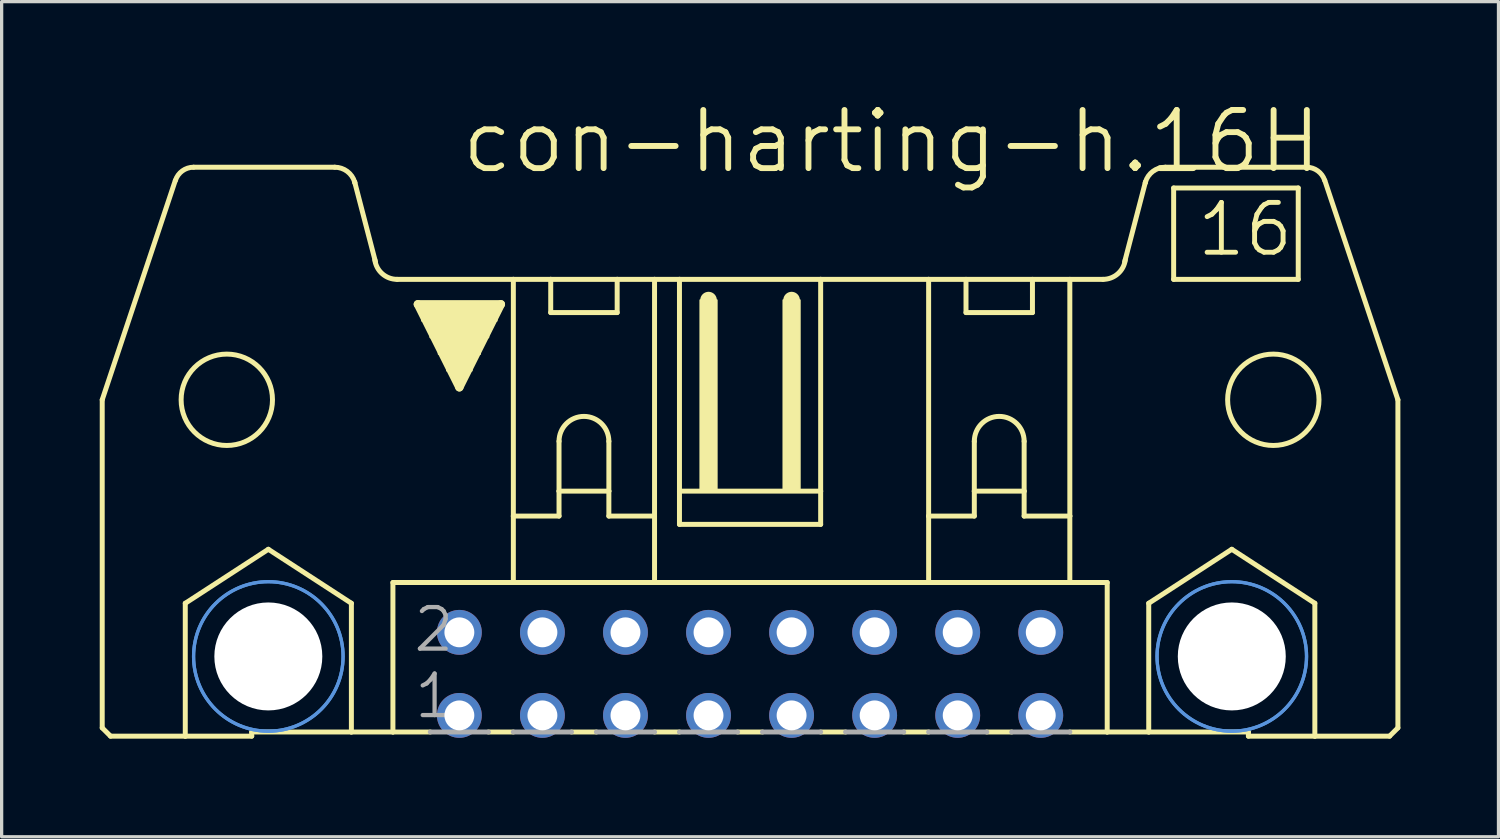
<source format=kicad_pcb>
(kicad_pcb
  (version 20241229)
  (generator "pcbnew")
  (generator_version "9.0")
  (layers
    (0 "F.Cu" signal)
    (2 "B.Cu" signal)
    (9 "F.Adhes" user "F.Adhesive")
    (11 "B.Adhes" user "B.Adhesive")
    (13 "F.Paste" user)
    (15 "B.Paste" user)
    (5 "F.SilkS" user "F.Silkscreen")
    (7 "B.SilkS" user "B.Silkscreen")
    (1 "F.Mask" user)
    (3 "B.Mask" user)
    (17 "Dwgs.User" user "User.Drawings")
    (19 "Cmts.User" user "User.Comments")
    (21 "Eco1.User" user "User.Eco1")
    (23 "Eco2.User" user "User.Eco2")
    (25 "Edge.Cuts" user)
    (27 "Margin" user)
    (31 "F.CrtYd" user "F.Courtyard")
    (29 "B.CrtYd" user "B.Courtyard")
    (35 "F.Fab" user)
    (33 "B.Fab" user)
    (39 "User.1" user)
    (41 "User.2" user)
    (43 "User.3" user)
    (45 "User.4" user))
  (footprint "con-harting-h.16H"
    (layer "F.Cu")
    (at 19.888 17.558)
    (property "Reference" "con-harting-h.16H" (at -8.915 -15.24 0) (layer "F.SilkS") (effects (font (size 1.778 1.778) (thickness 0.18)) (justify left bottom)))
    (attr through_hole)
    (fp_line (start -19.812 1.651) (end -19.812 -8.382) (stroke (width 0.152) (type default)) (layer "F.SilkS"))
    (fp_line (start -19.812 1.651) (end -19.558 1.905) (stroke (width 0.152) (type default)) (layer "F.SilkS"))
    (fp_line (start -19.558 1.905) (end -17.272 1.905) (stroke (width 0.152) (type default)) (layer "F.SilkS"))
    (fp_line (start -17.577 -15.088) (end -19.812 -8.382) (stroke (width 0.152) (type default)) (layer "F.SilkS"))
    (fp_line (start -17.272 -2.159) (end -14.732 -3.81) (stroke (width 0.152) (type default)) (layer "F.SilkS"))
    (fp_line (start -17.272 1.905) (end -17.272 -2.159) (stroke (width 0.152) (type default)) (layer "F.SilkS"))
    (fp_line (start -17.272 1.905) (end -15.24 1.905) (stroke (width 0.152) (type default)) (layer "F.SilkS"))
    (fp_line (start -15.24 1.778) (end -15.24 1.905) (stroke (width 0.152) (type default)) (layer "F.SilkS"))
    (fp_line (start -15.24 1.778) (end -12.192 1.778) (stroke (width 0.152) (type default)) (layer "F.SilkS"))
    (fp_line (start -14.732 -3.81) (end -12.192 -2.159) (stroke (width 0.152) (type default)) (layer "F.SilkS"))
    (fp_line (start -12.7 -15.494) (end -17.018 -15.494) (stroke (width 0.152) (type default)) (layer "F.SilkS"))
    (fp_line (start -12.192 1.778) (end -12.192 -2.159) (stroke (width 0.152) (type default)) (layer "F.SilkS"))
    (fp_line (start -12.192 1.778) (end -10.922 1.778) (stroke (width 0.152) (type default)) (layer "F.SilkS"))
    (fp_line (start -11.455 -12.598) (end -12.09 -15.037) (stroke (width 0.152) (type default)) (layer "F.SilkS"))
    (fp_line (start -10.922 -2.794) (end -10.922 1.778) (stroke (width 0.152) (type default)) (layer "F.SilkS"))
    (fp_line (start -10.922 1.778) (end -9.779 1.778) (stroke (width 0.152) (type default)) (layer "F.SilkS"))
    (fp_line (start -10.795 -12.065) (end -7.239 -12.065) (stroke (width 0.152) (type default)) (layer "F.SilkS"))
    (fp_line (start -10.16 -11.303) (end -7.62 -11.303) (stroke (width 0.254) (type default)) (layer "F.SilkS"))
    (fp_line (start -8.89 -8.763) (end -10.16 -11.303) (stroke (width 0.254) (type default)) (layer "F.SilkS"))
    (fp_line (start -8.001 1.778) (end -7.239 1.778) (stroke (width 0.152) (type default)) (layer "F.SilkS"))
    (fp_line (start -7.62 -11.303) (end -8.89 -8.763) (stroke (width 0.254) (type default)) (layer "F.SilkS"))
    (fp_line (start -7.239 -12.065) (end -6.096 -12.065) (stroke (width 0.152) (type default)) (layer "F.SilkS"))
    (fp_line (start -7.239 -4.826) (end -7.239 -12.065) (stroke (width 0.152) (type default)) (layer "F.SilkS"))
    (fp_line (start -7.239 -4.826) (end -5.842 -4.826) (stroke (width 0.152) (type default)) (layer "F.SilkS"))
    (fp_line (start -7.239 -2.794) (end -10.922 -2.794) (stroke (width 0.152) (type default)) (layer "F.SilkS"))
    (fp_line (start -7.239 -2.794) (end -7.239 -4.826) (stroke (width 0.152) (type default)) (layer "F.SilkS"))
    (fp_line (start -6.096 -12.065) (end -4.064 -12.065) (stroke (width 0.152) (type default)) (layer "F.SilkS"))
    (fp_line (start -6.096 -11.049) (end -6.096 -12.065) (stroke (width 0.152) (type default)) (layer "F.SilkS"))
    (fp_line (start -6.096 -11.049) (end -4.064 -11.049) (stroke (width 0.152) (type default)) (layer "F.SilkS"))
    (fp_line (start -5.842 -7.112) (end -5.842 -5.588) (stroke (width 0.152) (type default)) (layer "F.SilkS"))
    (fp_line (start -5.842 -5.588) (end -5.842 -4.826) (stroke (width 0.152) (type default)) (layer "F.SilkS"))
    (fp_line (start -5.842 -5.588) (end -4.318 -5.588) (stroke (width 0.152) (type default)) (layer "F.SilkS"))
    (fp_line (start -5.461 1.778) (end -4.699 1.778) (stroke (width 0.152) (type default)) (layer "F.SilkS"))
    (fp_line (start -4.318 -7.112) (end -4.318 -5.588) (stroke (width 0.152) (type default)) (layer "F.SilkS"))
    (fp_line (start -4.318 -5.588) (end -4.318 -4.826) (stroke (width 0.152) (type default)) (layer "F.SilkS"))
    (fp_line (start -4.318 -4.826) (end -2.921 -4.826) (stroke (width 0.152) (type default)) (layer "F.SilkS"))
    (fp_line (start -4.064 -12.065) (end -4.064 -11.049) (stroke (width 0.152) (type default)) (layer "F.SilkS"))
    (fp_line (start -4.064 -12.065) (end -2.921 -12.065) (stroke (width 0.152) (type default)) (layer "F.SilkS"))
    (fp_line (start -2.921 -12.065) (end -2.159 -12.065) (stroke (width 0.152) (type default)) (layer "F.SilkS"))
    (fp_line (start -2.921 -4.826) (end -2.921 -12.065) (stroke (width 0.152) (type default)) (layer "F.SilkS"))
    (fp_line (start -2.921 -4.826) (end -2.921 -2.794) (stroke (width 0.152) (type default)) (layer "F.SilkS"))
    (fp_line (start -2.921 -2.794) (end -7.239 -2.794) (stroke (width 0.152) (type default)) (layer "F.SilkS"))
    (fp_line (start -2.921 1.778) (end -2.159 1.778) (stroke (width 0.152) (type default)) (layer "F.SilkS"))
    (fp_line (start -2.159 -12.065) (end -2.159 -5.588) (stroke (width 0.152) (type default)) (layer "F.SilkS"))
    (fp_line (start -2.159 -12.065) (end 2.159 -12.065) (stroke (width 0.152) (type default)) (layer "F.SilkS"))
    (fp_line (start -2.159 -5.588) (end -2.159 -4.572) (stroke (width 0.152) (type default)) (layer "F.SilkS"))
    (fp_line (start -1.27 -11.176) (end -1.27 -11.43) (stroke (width 0.508) (type default)) (layer "F.SilkS"))
    (fp_line (start -0.381 1.778) (end 0.381 1.778) (stroke (width 0.152) (type default)) (layer "F.SilkS"))
    (fp_line (start 1.27 -11.176) (end 1.27 -11.43) (stroke (width 0.508) (type default)) (layer "F.SilkS"))
    (fp_line (start 2.159 -12.065) (end 2.159 -5.588) (stroke (width 0.152) (type default)) (layer "F.SilkS"))
    (fp_line (start 2.159 -12.065) (end 5.461 -12.065) (stroke (width 0.152) (type default)) (layer "F.SilkS"))
    (fp_line (start 2.159 -5.588) (end -2.159 -5.588) (stroke (width 0.152) (type default)) (layer "F.SilkS"))
    (fp_line (start 2.159 -5.588) (end 2.159 -4.572) (stroke (width 0.152) (type default)) (layer "F.SilkS"))
    (fp_line (start 2.159 -4.572) (end -2.159 -4.572) (stroke (width 0.152) (type default)) (layer "F.SilkS"))
    (fp_line (start 2.159 1.778) (end 2.921 1.778) (stroke (width 0.152) (type default)) (layer "F.SilkS"))
    (fp_line (start 4.699 1.778) (end 5.461 1.778) (stroke (width 0.152) (type default)) (layer "F.SilkS"))
    (fp_line (start 5.461 -12.065) (end 10.795 -12.065) (stroke (width 0.152) (type default)) (layer "F.SilkS"))
    (fp_line (start 5.461 -4.826) (end 5.461 -12.065) (stroke (width 0.152) (type default)) (layer "F.SilkS"))
    (fp_line (start 5.461 -4.826) (end 5.461 -2.794) (stroke (width 0.152) (type default)) (layer "F.SilkS"))
    (fp_line (start 5.461 -4.826) (end 6.858 -4.826) (stroke (width 0.152) (type default)) (layer "F.SilkS"))
    (fp_line (start 5.461 -2.794) (end -2.921 -2.794) (stroke (width 0.152) (type default)) (layer "F.SilkS"))
    (fp_line (start 6.604 -11.049) (end 6.604 -12.065) (stroke (width 0.152) (type default)) (layer "F.SilkS"))
    (fp_line (start 6.604 -11.049) (end 8.636 -11.049) (stroke (width 0.152) (type default)) (layer "F.SilkS"))
    (fp_line (start 6.858 -7.112) (end 6.858 -5.588) (stroke (width 0.152) (type default)) (layer "F.SilkS"))
    (fp_line (start 6.858 -5.588) (end 6.858 -4.826) (stroke (width 0.152) (type default)) (layer "F.SilkS"))
    (fp_line (start 6.858 -5.588) (end 8.382 -5.588) (stroke (width 0.152) (type default)) (layer "F.SilkS"))
    (fp_line (start 7.239 1.778) (end 8.001 1.778) (stroke (width 0.152) (type default)) (layer "F.SilkS"))
    (fp_line (start 8.382 -7.112) (end 8.382 -5.588) (stroke (width 0.152) (type default)) (layer "F.SilkS"))
    (fp_line (start 8.382 -5.588) (end 8.382 -4.826) (stroke (width 0.152) (type default)) (layer "F.SilkS"))
    (fp_line (start 8.382 -4.826) (end 9.779 -4.826) (stroke (width 0.152) (type default)) (layer "F.SilkS"))
    (fp_line (start 8.636 -12.065) (end 8.636 -11.049) (stroke (width 0.152) (type default)) (layer "F.SilkS"))
    (fp_line (start 9.779 -4.826) (end 9.779 -12.065) (stroke (width 0.152) (type default)) (layer "F.SilkS"))
    (fp_line (start 9.779 -4.826) (end 9.779 -2.794) (stroke (width 0.152) (type default)) (layer "F.SilkS"))
    (fp_line (start 9.779 -2.794) (end 5.461 -2.794) (stroke (width 0.152) (type default)) (layer "F.SilkS"))
    (fp_line (start 10.922 -2.794) (end 9.779 -2.794) (stroke (width 0.152) (type default)) (layer "F.SilkS"))
    (fp_line (start 10.922 -2.794) (end 10.922 1.778) (stroke (width 0.152) (type default)) (layer "F.SilkS"))
    (fp_line (start 10.922 1.778) (end 9.779 1.778) (stroke (width 0.152) (type default)) (layer "F.SilkS"))
    (fp_line (start 11.455 -12.598) (end 12.09 -15.037) (stroke (width 0.152) (type default)) (layer "F.SilkS"))
    (fp_line (start 12.192 -2.159) (end 14.732 -3.81) (stroke (width 0.152) (type default)) (layer "F.SilkS"))
    (fp_line (start 12.192 1.778) (end 10.922 1.778) (stroke (width 0.152) (type default)) (layer "F.SilkS"))
    (fp_line (start 12.192 1.778) (end 12.192 -2.159) (stroke (width 0.152) (type default)) (layer "F.SilkS"))
    (fp_line (start 12.7 -15.494) (end 17.018 -15.494) (stroke (width 0.152) (type default)) (layer "F.SilkS"))
    (fp_line (start 12.954 -14.859) (end 12.954 -12.065) (stroke (width 0.152) (type default)) (layer "F.SilkS"))
    (fp_line (start 12.954 -12.065) (end 16.764 -12.065) (stroke (width 0.152) (type default)) (layer "F.SilkS"))
    (fp_line (start 14.732 -3.81) (end 17.272 -2.159) (stroke (width 0.152) (type default)) (layer "F.SilkS"))
    (fp_line (start 15.24 1.778) (end 12.192 1.778) (stroke (width 0.152) (type default)) (layer "F.SilkS"))
    (fp_line (start 15.24 1.778) (end 15.24 1.905) (stroke (width 0.152) (type default)) (layer "F.SilkS"))
    (fp_line (start 16.764 -14.859) (end 12.954 -14.859) (stroke (width 0.152) (type default)) (layer "F.SilkS"))
    (fp_line (start 16.764 -14.859) (end 16.764 -12.065) (stroke (width 0.152) (type default)) (layer "F.SilkS"))
    (fp_line (start 17.272 1.905) (end 15.24 1.905) (stroke (width 0.152) (type default)) (layer "F.SilkS"))
    (fp_line (start 17.272 1.905) (end 17.272 -2.159) (stroke (width 0.152) (type default)) (layer "F.SilkS"))
    (fp_line (start 17.577 -15.088) (end 19.812 -8.382) (stroke (width 0.152) (type default)) (layer "F.SilkS"))
    (fp_line (start 19.558 1.905) (end 17.272 1.905) (stroke (width 0.152) (type default)) (layer "F.SilkS"))
    (fp_line (start 19.812 1.651) (end 19.558 1.905) (stroke (width 0.152) (type default)) (layer "F.SilkS"))
    (fp_line (start 19.812 1.651) (end 19.812 -8.382) (stroke (width 0.152) (type default)) (layer "F.SilkS"))
    (fp_rect (start -10.033 -10.795) (end -7.747 -11.303) (stroke (width 0.05) (type default)) (fill yes) (layer "F.SilkS"))
    (fp_rect (start -9.779 -10.287) (end -8.001 -10.795) (stroke (width 0.05) (type default)) (fill yes) (layer "F.SilkS"))
    (fp_rect (start -9.525 -9.779) (end -8.255 -10.287) (stroke (width 0.05) (type default)) (fill yes) (layer "F.SilkS"))
    (fp_rect (start -9.271 -9.271) (end -8.509 -9.779) (stroke (width 0.05) (type default)) (fill yes) (layer "F.SilkS"))
    (fp_rect (start -9.017 -9.017) (end -8.763 -9.271) (stroke (width 0.05) (type default)) (fill yes) (layer "F.SilkS"))
    (fp_rect (start -1.524 -5.588) (end -1.016 -11.43) (stroke (width 0.05) (type default)) (fill yes) (layer "F.SilkS"))
    (fp_rect (start 1.016 -5.588) (end 1.524 -11.43) (stroke (width 0.05) (type default)) (fill yes) (layer "F.SilkS"))
    (fp_arc (start -17.5744 -15.0878) (mid -17.362454 -15.38168) (end -17.018 -15.4941) (stroke (width 0.1524) (type default)) (layer "F.SilkS"))
    (fp_arc (start -12.7 -15.494) (mid -12.319 -15.367) (end -12.0904 -15.0368) (stroke (width 0.1524) (type default)) (layer "F.SilkS"))
    (fp_arc (start -12.0904 -15.0368) (mid -12.087084 -15.024931) (end -12.084 -15.013) (stroke (width 0.1524) (type default)) (layer "F.SilkS"))
    (fp_arc (start -10.795 -12.065) (mid -11.246774 -12.234824) (end -11.4748 -12.6602) (stroke (width 0.1524) (type default)) (layer "F.SilkS"))
    (fp_arc (start -5.842 -7.112) (mid -5.08 -7.874) (end -4.318 -7.112) (stroke (width 0.1524) (type default)) (layer "F.SilkS"))
    (fp_arc (start 6.858 -7.112) (mid 7.62 -7.874) (end 8.382 -7.112) (stroke (width 0.1524) (type default)) (layer "F.SilkS"))
    (fp_arc (start 11.4748 -12.6602) (mid 11.246774 -12.234824) (end 10.795 -12.065) (stroke (width 0.1524) (type default)) (layer "F.SilkS"))
    (fp_arc (start 12.084 -15.013) (mid 12.087084 -15.024931) (end 12.0904 -15.0368) (stroke (width 0.1524) (type default)) (layer "F.SilkS"))
    (fp_arc (start 12.0904 -15.0368) (mid 12.319 -15.367) (end 12.7 -15.494) (stroke (width 0.1524) (type default)) (layer "F.SilkS"))
    (fp_arc (start 17.018 -15.494) (mid 17.362385 -15.38161) (end 17.5743 -15.0878) (stroke (width 0.1524) (type default)) (layer "F.SilkS"))
    (fp_circle (center -16.002 -8.382) (end -14.605 -8.382) (stroke (width 0.152) (type default)) (fill no) (layer "F.SilkS"))
    (fp_circle (center -14.732 -0.533) (end -13.411 -0.533) (stroke (width 0.152) (type default)) (fill no) (layer "F.SilkS"))
    (fp_circle (center 14.732 -0.533) (end 16.053 -0.533) (stroke (width 0.152) (type default)) (fill no) (layer "F.SilkS"))
    (fp_circle (center 16.002 -8.382) (end 17.399 -8.382) (stroke (width 0.152) (type default)) (fill no) (layer "F.SilkS"))
    (fp_circle (center -14.732 -0.533) (end -12.446 -0.533) (stroke (width 0.1) (type default)) (fill no) (layer "Cmts.User"))
    (fp_circle (center -14.732 -0.533) (end -12.446 -0.533) (stroke (width 0.1) (type default)) (fill no) (layer "Cmts.User"))
    (fp_circle (center 14.732 -0.533) (end 17.018 -0.533) (stroke (width 0.1) (type default)) (fill no) (layer "Cmts.User"))
    (fp_circle (center 14.732 -0.533) (end 17.018 -0.533) (stroke (width 0.1) (type default)) (fill no) (layer "Cmts.User"))
    (fp_line (start -9.779 1.778) (end -8.001 1.778) (stroke (width 0.152) (type default)) (layer "F.Fab"))
    (fp_line (start -7.239 1.778) (end -5.461 1.778) (stroke (width 0.152) (type default)) (layer "F.Fab"))
    (fp_line (start -4.699 1.778) (end -2.921 1.778) (stroke (width 0.152) (type default)) (layer "F.Fab"))
    (fp_line (start -2.159 1.778) (end -0.381 1.778) (stroke (width 0.152) (type default)) (layer "F.Fab"))
    (fp_line (start 2.159 1.778) (end 0.381 1.778) (stroke (width 0.152) (type default)) (layer "F.Fab"))
    (fp_line (start 4.699 1.778) (end 2.921 1.778) (stroke (width 0.152) (type default)) (layer "F.Fab"))
    (fp_line (start 7.239 1.778) (end 5.461 1.778) (stroke (width 0.152) (type default)) (layer "F.Fab"))
    (fp_line (start 9.779 1.778) (end 8.001 1.778) (stroke (width 0.152) (type default)) (layer "F.Fab"))
    (fp_text user "16" (at 13.589 -12.7 0) (layer "F.SilkS") (effects (font (size 1.524 1.524) (thickness 0.15)) (justify left bottom)))
    (fp_text user "1" (at -10.338 1.422 0) (layer "F.Fab") (effects (font (size 1.27 1.27) (thickness 0.13)) (justify left bottom)))
    (fp_text user "2" (at -10.363 -0.61 0) (layer "F.Fab") (effects (font (size 1.27 1.27) (thickness 0.13)) (justify left bottom)))
    (pad "" np_thru_hole circle (at -14.732 -0.533) (size 3.302 3.302) (drill 3.302) (layers "*.Cu" "*.Mask"))
    (pad "" np_thru_hole circle (at 14.732 -0.533) (size 3.302 3.302) (drill 3.302) (layers "*.Cu" "*.Mask"))
    (pad "1" thru_hole circle (at -8.89 1.27) (size 1.372 1.372) (drill 0.914) (layers "*.Cu" "*.Mask"))
    (pad "2" thru_hole circle (at -8.89 -1.27) (size 1.372 1.372) (drill 0.914) (layers "*.Cu" "*.Mask"))
    (pad "3" thru_hole circle (at -6.35 1.27) (size 1.372 1.372) (drill 0.914) (layers "*.Cu" "*.Mask"))
    (pad "4" thru_hole circle (at -6.35 -1.27) (size 1.372 1.372) (drill 0.914) (layers "*.Cu" "*.Mask"))
    (pad "5" thru_hole circle (at -3.81 1.27) (size 1.372 1.372) (drill 0.914) (layers "*.Cu" "*.Mask"))
    (pad "6" thru_hole circle (at -3.81 -1.27) (size 1.372 1.372) (drill 0.914) (layers "*.Cu" "*.Mask"))
    (pad "7" thru_hole circle (at -1.27 1.27) (size 1.372 1.372) (drill 0.914) (layers "*.Cu" "*.Mask"))
    (pad "8" thru_hole circle (at -1.27 -1.27) (size 1.372 1.372) (drill 0.914) (layers "*.Cu" "*.Mask"))
    (pad "9" thru_hole circle (at 1.27 1.27) (size 1.372 1.372) (drill 0.914) (layers "*.Cu" "*.Mask"))
    (pad "10" thru_hole circle (at 1.27 -1.27) (size 1.372 1.372) (drill 0.914) (layers "*.Cu" "*.Mask"))
    (pad "11" thru_hole circle (at 3.81 1.27) (size 1.372 1.372) (drill 0.914) (layers "*.Cu" "*.Mask"))
    (pad "12" thru_hole circle (at 3.81 -1.27) (size 1.372 1.372) (drill 0.914) (layers "*.Cu" "*.Mask"))
    (pad "13" thru_hole circle (at 6.35 1.27) (size 1.372 1.372) (drill 0.914) (layers "*.Cu" "*.Mask"))
    (pad "14" thru_hole circle (at 6.35 -1.27) (size 1.372 1.372) (drill 0.914) (layers "*.Cu" "*.Mask"))
    (pad "15" thru_hole circle (at 8.89 1.27) (size 1.372 1.372) (drill 0.914) (layers "*.Cu" "*.Mask"))
    (pad "16" thru_hole circle (at 8.89 -1.27) (size 1.372 1.372) (drill 0.914) (layers "*.Cu" "*.Mask")))
  (gr_rect
    (start -3 -3)
    (end 42.776 22.539)
    (stroke (width 0.1) (type default))
    (fill no)
    (layer "Edge.Cuts")))
</source>
